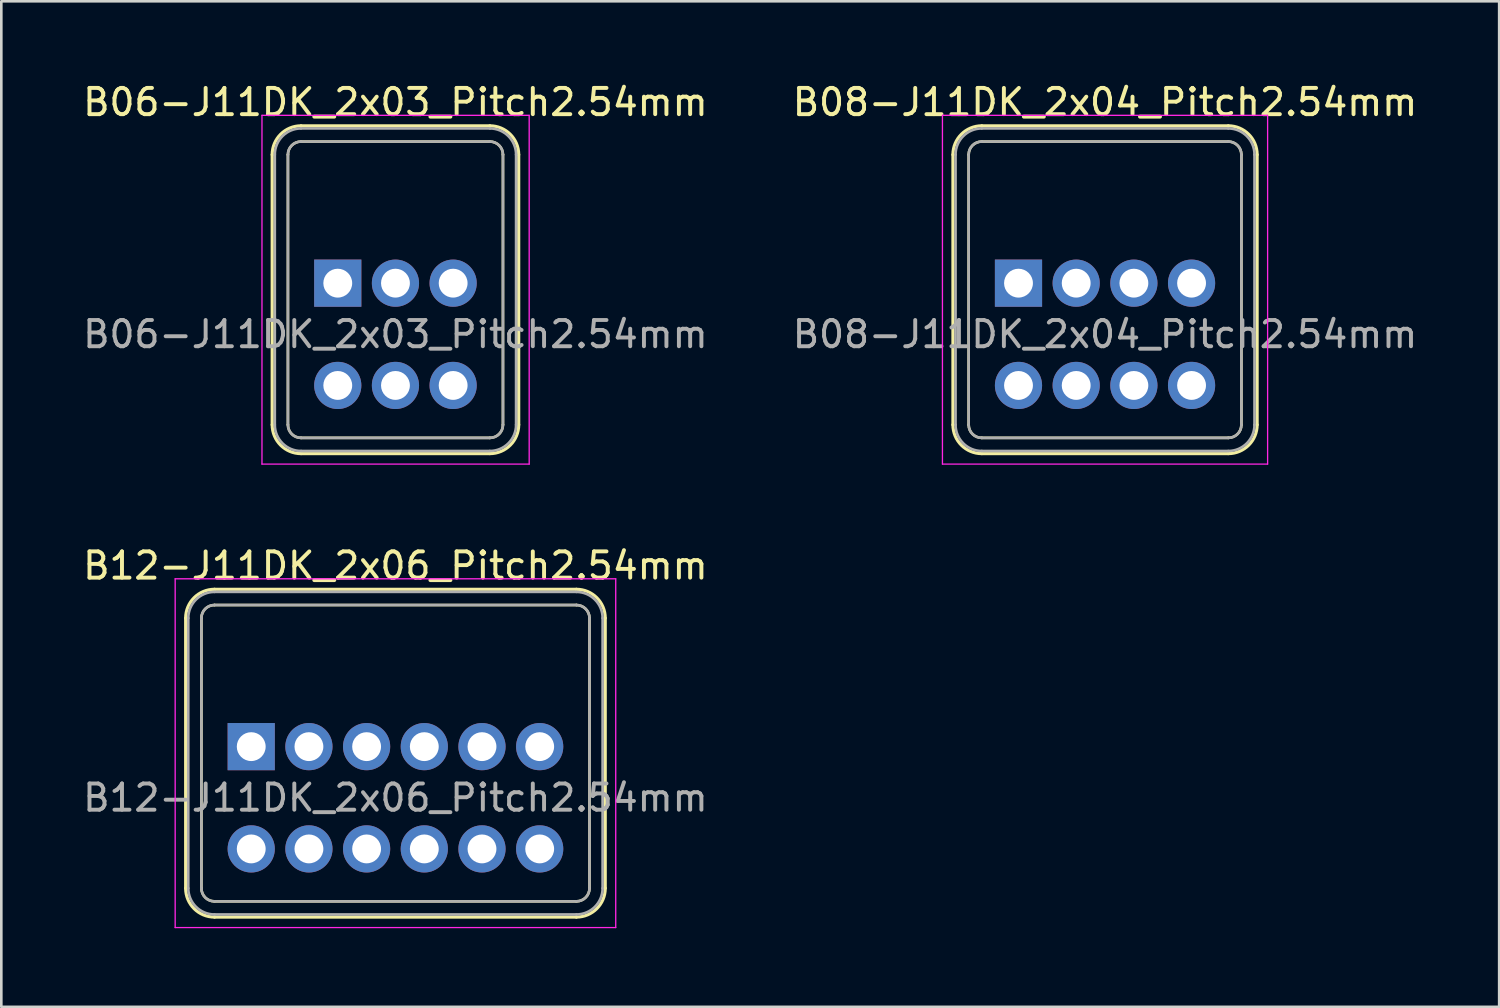
<source format=kicad_pcb>
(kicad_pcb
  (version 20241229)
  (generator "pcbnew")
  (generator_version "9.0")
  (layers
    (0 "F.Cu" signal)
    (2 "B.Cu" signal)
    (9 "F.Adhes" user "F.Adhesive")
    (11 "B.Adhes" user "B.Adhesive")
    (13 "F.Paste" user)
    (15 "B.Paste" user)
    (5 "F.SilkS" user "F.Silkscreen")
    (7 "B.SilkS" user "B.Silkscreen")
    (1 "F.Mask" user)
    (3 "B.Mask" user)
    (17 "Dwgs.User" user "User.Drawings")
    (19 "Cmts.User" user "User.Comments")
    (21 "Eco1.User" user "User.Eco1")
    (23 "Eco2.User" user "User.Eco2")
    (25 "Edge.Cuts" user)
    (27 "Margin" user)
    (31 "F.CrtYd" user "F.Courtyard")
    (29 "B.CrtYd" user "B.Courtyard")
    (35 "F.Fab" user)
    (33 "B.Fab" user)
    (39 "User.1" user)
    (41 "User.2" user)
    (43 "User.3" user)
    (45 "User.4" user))
  (footprint "B08-J11DK_2x04_Pitch2.54mm"
    (layer "F.Cu")
    (at 35.789 7.748)
    (property "Reference" "B08-J11DK_2x04_Pitch2.54mm" (at 3.3 -6.9 0) (layer "F.SilkS") (effects (font (size 1 1) (thickness 0.15))))
    (attr through_hole)
    (fp_line (start -2.5 -4.9) (end -2.5 5.4) (stroke (width 0.12) (type solid)) (layer "F.SilkS"))
    (fp_line (start -1.9 -4.9) (end -1.9 5.4) (stroke (width 0.1) (type solid)) (layer "F.SilkS"))
    (fp_line (start -1.4 -6) (end 8 -6) (stroke (width 0.12) (type solid)) (layer "F.SilkS"))
    (fp_line (start -1.4 -5.4) (end 8 -5.4) (stroke (width 0.1) (type solid)) (layer "F.SilkS"))
    (fp_line (start -1.4 5.9) (end 8 5.9) (stroke (width 0.1) (type solid)) (layer "F.SilkS"))
    (fp_line (start -1.4 6.5) (end 8 6.5) (stroke (width 0.12) (type solid)) (layer "F.SilkS"))
    (fp_line (start 8.5 -4.9) (end 8.5 5.4) (stroke (width 0.1) (type solid)) (layer "F.SilkS"))
    (fp_line (start 9.1 -4.9) (end 9.1 5.4) (stroke (width 0.12) (type solid)) (layer "F.SilkS"))
    (fp_arc (start -2.5 -4.9) (mid -2.177817 -5.677817) (end -1.4 -6) (stroke (width 0.12) (type solid)) (layer "F.SilkS"))
    (fp_arc (start -1.9 -4.9) (mid -1.753553 -5.253553) (end -1.4 -5.4) (stroke (width 0.1) (type solid)) (layer "F.SilkS"))
    (fp_arc (start -1.4 5.9) (mid -1.753553 5.753553) (end -1.9 5.4) (stroke (width 0.1) (type solid)) (layer "F.SilkS"))
    (fp_arc (start -1.4 6.5) (mid -2.177817 6.177817) (end -2.5 5.4) (stroke (width 0.12) (type solid)) (layer "F.SilkS"))
    (fp_arc (start 8 -6) (mid 8.777817 -5.677817) (end 9.1 -4.9) (stroke (width 0.12) (type solid)) (layer "F.SilkS"))
    (fp_arc (start 8 -5.4) (mid 8.353553 -5.253553) (end 8.5 -4.9) (stroke (width 0.1) (type solid)) (layer "F.SilkS"))
    (fp_arc (start 8.5 5.4) (mid 8.353553 5.753553) (end 8 5.9) (stroke (width 0.1) (type solid)) (layer "F.SilkS"))
    (fp_arc (start 9.1 5.4) (mid 8.777817 6.177817) (end 8 6.5) (stroke (width 0.12) (type solid)) (layer "F.SilkS"))
    (fp_line (start -2.9 -6.4) (end -2.9 6.9) (stroke (width 0.05) (type solid)) (layer "F.CrtYd"))
    (fp_line (start -2.9 6.9) (end 9.5 6.9) (stroke (width 0.05) (type solid)) (layer "F.CrtYd"))
    (fp_line (start 9.5 -6.4) (end -2.9 -6.4) (stroke (width 0.05) (type solid)) (layer "F.CrtYd"))
    (fp_line (start 9.5 6.9) (end 9.5 -6.4) (stroke (width 0.05) (type solid)) (layer "F.CrtYd"))
    (fp_line (start -2.4 -4.9) (end -2.4 5.4) (stroke (width 0.1) (type solid)) (layer "F.Fab"))
    (fp_line (start -1.9 -4.9) (end -1.9 5.4) (stroke (width 0.1) (type solid)) (layer "F.Fab"))
    (fp_line (start -1.4 -5.9) (end 8 -5.9) (stroke (width 0.1) (type solid)) (layer "F.Fab"))
    (fp_line (start -1.4 -5.4) (end 8 -5.4) (stroke (width 0.1) (type solid)) (layer "F.Fab"))
    (fp_line (start -1.4 5.9) (end 8 5.9) (stroke (width 0.1) (type solid)) (layer "F.Fab"))
    (fp_line (start -1.4 6.4) (end 8 6.4) (stroke (width 0.1) (type solid)) (layer "F.Fab"))
    (fp_line (start 8.5 -4.9) (end 8.5 5.4) (stroke (width 0.1) (type solid)) (layer "F.Fab"))
    (fp_line (start 9 -4.9) (end 9 5.4) (stroke (width 0.1) (type solid)) (layer "F.Fab"))
    (fp_arc (start -2.4 -4.9) (mid -2.107107 -5.607107) (end -1.4 -5.9) (stroke (width 0.1) (type solid)) (layer "F.Fab"))
    (fp_arc (start -1.9 -4.9) (mid -1.753553 -5.253553) (end -1.4 -5.4) (stroke (width 0.1) (type solid)) (layer "F.Fab"))
    (fp_arc (start -1.4 5.9) (mid -1.753553 5.753553) (end -1.9 5.4) (stroke (width 0.1) (type solid)) (layer "F.Fab"))
    (fp_arc (start -1.4 6.4) (mid -2.107107 6.107107) (end -2.4 5.4) (stroke (width 0.1) (type solid)) (layer "F.Fab"))
    (fp_arc (start 8 -5.9) (mid 8.707107 -5.607107) (end 9 -4.9) (stroke (width 0.1) (type solid)) (layer "F.Fab"))
    (fp_arc (start 8 -5.4) (mid 8.353553 -5.253553) (end 8.5 -4.9) (stroke (width 0.1) (type solid)) (layer "F.Fab"))
    (fp_arc (start 8.5 5.4) (mid 8.353553 5.753553) (end 8 5.9) (stroke (width 0.1) (type solid)) (layer "F.Fab"))
    (fp_arc (start 9 5.4) (mid 8.707107 6.107107) (end 8 6.4) (stroke (width 0.1) (type solid)) (layer "F.Fab"))
    (fp_text user "${REFERENCE}" (at 3.3 1.95 0) (layer "F.Fab") (effects (font (size 1 1) (thickness 0.15))))
    (pad "1" thru_hole rect (at 0 0) (size 1.8 1.8) (drill 1.1) (layers "*.Cu" "*.Mask"))
    (pad "2" thru_hole circle (at 0 3.9) (size 1.8 1.8) (drill 1.1) (layers "*.Cu" "*.Mask"))
    (pad "3" thru_hole circle (at 2.2 0) (size 1.8 1.8) (drill 1.1) (layers "*.Cu" "*.Mask"))
    (pad "4" thru_hole circle (at 2.2 3.9) (size 1.8 1.8) (drill 1.1) (layers "*.Cu" "*.Mask"))
    (pad "5" thru_hole circle (at 4.4 0) (size 1.8 1.8) (drill 1.1) (layers "*.Cu" "*.Mask"))
    (pad "6" thru_hole circle (at 4.4 3.9) (size 1.8 1.8) (drill 1.1) (layers "*.Cu" "*.Mask"))
    (pad "7" thru_hole circle (at 6.6 0) (size 1.8 1.8) (drill 1.1) (layers "*.Cu" "*.Mask"))
    (pad "8" thru_hole circle (at 6.6 3.9) (size 1.8 1.8) (drill 1.1) (layers "*.Cu" "*.Mask")))
  (footprint "B06-J11DK_2x03_Pitch2.54mm"
    (layer "F.Cu")
    (at 9.83 7.748)
    (property "Reference" "B06-J11DK_2x03_Pitch2.54mm" (at 2.2 -6.9 0) (layer "F.SilkS") (effects (font (size 1 1) (thickness 0.15))))
    (attr through_hole)
    (fp_line (start -2.5 -4.9) (end -2.5 5.4) (stroke (width 0.12) (type solid)) (layer "F.SilkS"))
    (fp_line (start -1.9 -4.9) (end -1.9 5.4) (stroke (width 0.1) (type solid)) (layer "F.SilkS"))
    (fp_line (start -1.4 -6) (end 5.8 -6) (stroke (width 0.12) (type solid)) (layer "F.SilkS"))
    (fp_line (start -1.4 -5.4) (end 5.8 -5.4) (stroke (width 0.1) (type solid)) (layer "F.SilkS"))
    (fp_line (start -1.4 5.9) (end 5.8 5.9) (stroke (width 0.1) (type solid)) (layer "F.SilkS"))
    (fp_line (start -1.4 6.5) (end 5.8 6.5) (stroke (width 0.12) (type solid)) (layer "F.SilkS"))
    (fp_line (start 6.3 -4.9) (end 6.3 5.4) (stroke (width 0.1) (type solid)) (layer "F.SilkS"))
    (fp_line (start 6.9 -4.9) (end 6.9 5.4) (stroke (width 0.12) (type solid)) (layer "F.SilkS"))
    (fp_arc (start -2.5 -4.9) (mid -2.177817 -5.677817) (end -1.4 -6) (stroke (width 0.12) (type solid)) (layer "F.SilkS"))
    (fp_arc (start -1.9 -4.9) (mid -1.753553 -5.253553) (end -1.4 -5.4) (stroke (width 0.1) (type solid)) (layer "F.SilkS"))
    (fp_arc (start -1.4 5.9) (mid -1.753553 5.753553) (end -1.9 5.4) (stroke (width 0.1) (type solid)) (layer "F.SilkS"))
    (fp_arc (start -1.4 6.5) (mid -2.177817 6.177817) (end -2.5 5.4) (stroke (width 0.12) (type solid)) (layer "F.SilkS"))
    (fp_arc (start 5.8 -6) (mid 6.577817 -5.677817) (end 6.9 -4.9) (stroke (width 0.12) (type solid)) (layer "F.SilkS"))
    (fp_arc (start 5.8 -5.4) (mid 6.153553 -5.253553) (end 6.3 -4.9) (stroke (width 0.1) (type solid)) (layer "F.SilkS"))
    (fp_arc (start 6.3 5.4) (mid 6.153553 5.753553) (end 5.8 5.9) (stroke (width 0.1) (type solid)) (layer "F.SilkS"))
    (fp_arc (start 6.9 5.4) (mid 6.577817 6.177817) (end 5.8 6.5) (stroke (width 0.12) (type solid)) (layer "F.SilkS"))
    (fp_line (start -2.89 -6.4) (end -2.89 6.9) (stroke (width 0.05) (type solid)) (layer "F.CrtYd"))
    (fp_line (start -2.89 6.9) (end 7.3 6.9) (stroke (width 0.05) (type solid)) (layer "F.CrtYd"))
    (fp_line (start 7.3 -6.4) (end -2.89 -6.4) (stroke (width 0.05) (type solid)) (layer "F.CrtYd"))
    (fp_line (start 7.3 6.9) (end 7.3 -6.4) (stroke (width 0.05) (type solid)) (layer "F.CrtYd"))
    (fp_line (start -2.4 -4.9) (end -2.4 5.4) (stroke (width 0.1) (type solid)) (layer "F.Fab"))
    (fp_line (start -1.9 -4.9) (end -1.9 5.4) (stroke (width 0.1) (type solid)) (layer "F.Fab"))
    (fp_line (start -1.4 -5.9) (end 5.8 -5.9) (stroke (width 0.1) (type solid)) (layer "F.Fab"))
    (fp_line (start -1.4 -5.4) (end 5.8 -5.4) (stroke (width 0.1) (type solid)) (layer "F.Fab"))
    (fp_line (start -1.4 5.9) (end 5.8 5.9) (stroke (width 0.1) (type solid)) (layer "F.Fab"))
    (fp_line (start -1.4 6.4) (end 5.8 6.4) (stroke (width 0.1) (type solid)) (layer "F.Fab"))
    (fp_line (start 6.3 -4.9) (end 6.3 5.4) (stroke (width 0.1) (type solid)) (layer "F.Fab"))
    (fp_line (start 6.8 -4.9) (end 6.8 5.4) (stroke (width 0.1) (type solid)) (layer "F.Fab"))
    (fp_arc (start -2.4 -4.9) (mid -2.107107 -5.607107) (end -1.4 -5.9) (stroke (width 0.1) (type solid)) (layer "F.Fab"))
    (fp_arc (start -1.9 -4.9) (mid -1.753553 -5.253553) (end -1.4 -5.4) (stroke (width 0.1) (type solid)) (layer "F.Fab"))
    (fp_arc (start -1.4 5.9) (mid -1.753553 5.753553) (end -1.9 5.4) (stroke (width 0.1) (type solid)) (layer "F.Fab"))
    (fp_arc (start -1.4 6.4) (mid -2.107107 6.107107) (end -2.4 5.4) (stroke (width 0.1) (type solid)) (layer "F.Fab"))
    (fp_arc (start 5.8 -5.9) (mid 6.507107 -5.607107) (end 6.8 -4.9) (stroke (width 0.1) (type solid)) (layer "F.Fab"))
    (fp_arc (start 5.8 -5.4) (mid 6.153553 -5.253553) (end 6.3 -4.9) (stroke (width 0.1) (type solid)) (layer "F.Fab"))
    (fp_arc (start 6.3 5.4) (mid 6.153553 5.753553) (end 5.8 5.9) (stroke (width 0.1) (type solid)) (layer "F.Fab"))
    (fp_arc (start 6.8 5.4) (mid 6.507107 6.107107) (end 5.8 6.4) (stroke (width 0.1) (type solid)) (layer "F.Fab"))
    (fp_text user "${REFERENCE}" (at 2.2 1.95 0) (layer "F.Fab") (effects (font (size 1 1) (thickness 0.15))))
    (pad "1" thru_hole rect (at 0 0) (size 1.8 1.8) (drill 1.1) (layers "*.Cu" "*.Mask"))
    (pad "2" thru_hole circle (at 0 3.9) (size 1.8 1.8) (drill 1.1) (layers "*.Cu" "*.Mask"))
    (pad "3" thru_hole circle (at 2.2 0) (size 1.8 1.8) (drill 1.1) (layers "*.Cu" "*.Mask"))
    (pad "4" thru_hole circle (at 2.2 3.9) (size 1.8 1.8) (drill 1.1) (layers "*.Cu" "*.Mask"))
    (pad "5" thru_hole circle (at 4.4 0) (size 1.8 1.8) (drill 1.1) (layers "*.Cu" "*.Mask"))
    (pad "6" thru_hole circle (at 4.4 3.9) (size 1.8 1.8) (drill 1.1) (layers "*.Cu" "*.Mask")))
  (footprint "B12-J11DK_2x06_Pitch2.54mm"
    (layer "F.Cu")
    (at 6.53 25.422)
    (property "Reference" "B12-J11DK_2x06_Pitch2.54mm" (at 5.5 -6.9 0) (layer "F.SilkS") (effects (font (size 1 1) (thickness 0.15))))
    (attr through_hole)
    (fp_line (start -2.5 -4.9) (end -2.5 5.4) (stroke (width 0.12) (type solid)) (layer "F.SilkS"))
    (fp_line (start -1.9 -4.9) (end -1.9 5.4) (stroke (width 0.1) (type solid)) (layer "F.SilkS"))
    (fp_line (start -1.4 -6) (end 12.4 -6) (stroke (width 0.12) (type solid)) (layer "F.SilkS"))
    (fp_line (start -1.4 -5.4) (end 12.4 -5.4) (stroke (width 0.1) (type solid)) (layer "F.SilkS"))
    (fp_line (start -1.4 5.9) (end 12.4 5.9) (stroke (width 0.1) (type solid)) (layer "F.SilkS"))
    (fp_line (start -1.4 6.5) (end 12.4 6.5) (stroke (width 0.12) (type solid)) (layer "F.SilkS"))
    (fp_line (start 12.9 -4.9) (end 12.9 5.4) (stroke (width 0.1) (type solid)) (layer "F.SilkS"))
    (fp_line (start 13.5 -4.9) (end 13.5 5.4) (stroke (width 0.12) (type solid)) (layer "F.SilkS"))
    (fp_arc (start -2.5 -4.9) (mid -2.177817 -5.677817) (end -1.4 -6) (stroke (width 0.12) (type solid)) (layer "F.SilkS"))
    (fp_arc (start -1.9 -4.9) (mid -1.753553 -5.253553) (end -1.4 -5.4) (stroke (width 0.1) (type solid)) (layer "F.SilkS"))
    (fp_arc (start -1.4 5.9) (mid -1.753553 5.753553) (end -1.9 5.4) (stroke (width 0.1) (type solid)) (layer "F.SilkS"))
    (fp_arc (start -1.4 6.5) (mid -2.177817 6.177817) (end -2.5 5.4) (stroke (width 0.12) (type solid)) (layer "F.SilkS"))
    (fp_arc (start 12.4 -6) (mid 13.177817 -5.677817) (end 13.5 -4.9) (stroke (width 0.12) (type solid)) (layer "F.SilkS"))
    (fp_arc (start 12.4 -5.4) (mid 12.753553 -5.253553) (end 12.9 -4.9) (stroke (width 0.1) (type solid)) (layer "F.SilkS"))
    (fp_arc (start 12.9 5.4) (mid 12.753553 5.753553) (end 12.4 5.9) (stroke (width 0.1) (type solid)) (layer "F.SilkS"))
    (fp_arc (start 13.5 5.4) (mid 13.177817 6.177817) (end 12.4 6.5) (stroke (width 0.12) (type solid)) (layer "F.SilkS"))
    (fp_line (start -2.9 -6.4) (end -2.9 6.9) (stroke (width 0.05) (type solid)) (layer "F.CrtYd"))
    (fp_line (start -2.9 6.9) (end 13.9 6.9) (stroke (width 0.05) (type solid)) (layer "F.CrtYd"))
    (fp_line (start 13.9 -6.4) (end -2.9 -6.4) (stroke (width 0.05) (type solid)) (layer "F.CrtYd"))
    (fp_line (start 13.9 6.9) (end 13.9 -6.4) (stroke (width 0.05) (type solid)) (layer "F.CrtYd"))
    (fp_line (start -2.4 -4.9) (end -2.4 5.4) (stroke (width 0.1) (type solid)) (layer "F.Fab"))
    (fp_line (start -1.9 -4.9) (end -1.9 5.4) (stroke (width 0.1) (type solid)) (layer "F.Fab"))
    (fp_line (start -1.4 -5.9) (end 12.4 -5.9) (stroke (width 0.1) (type solid)) (layer "F.Fab"))
    (fp_line (start -1.4 -5.4) (end 12.4 -5.4) (stroke (width 0.1) (type solid)) (layer "F.Fab"))
    (fp_line (start -1.4 5.9) (end 12.4 5.9) (stroke (width 0.1) (type solid)) (layer "F.Fab"))
    (fp_line (start -1.4 6.4) (end 12.4 6.4) (stroke (width 0.1) (type solid)) (layer "F.Fab"))
    (fp_line (start 12.9 -4.9) (end 12.9 5.4) (stroke (width 0.1) (type solid)) (layer "F.Fab"))
    (fp_line (start 13.4 -4.9) (end 13.4 5.4) (stroke (width 0.1) (type solid)) (layer "F.Fab"))
    (fp_arc (start -2.4 -4.9) (mid -2.107107 -5.607107) (end -1.4 -5.9) (stroke (width 0.1) (type solid)) (layer "F.Fab"))
    (fp_arc (start -1.9 -4.9) (mid -1.753553 -5.253553) (end -1.4 -5.4) (stroke (width 0.1) (type solid)) (layer "F.Fab"))
    (fp_arc (start -1.4 5.9) (mid -1.753553 5.753553) (end -1.9 5.4) (stroke (width 0.1) (type solid)) (layer "F.Fab"))
    (fp_arc (start -1.4 6.4) (mid -2.107107 6.107107) (end -2.4 5.4) (stroke (width 0.1) (type solid)) (layer "F.Fab"))
    (fp_arc (start 12.4 -5.9) (mid 13.107107 -5.607107) (end 13.4 -4.9) (stroke (width 0.1) (type solid)) (layer "F.Fab"))
    (fp_arc (start 12.4 -5.4) (mid 12.753553 -5.253553) (end 12.9 -4.9) (stroke (width 0.1) (type solid)) (layer "F.Fab"))
    (fp_arc (start 12.9 5.4) (mid 12.753553 5.753553) (end 12.4 5.9) (stroke (width 0.1) (type solid)) (layer "F.Fab"))
    (fp_arc (start 13.4 5.4) (mid 13.107107 6.107107) (end 12.4 6.4) (stroke (width 0.1) (type solid)) (layer "F.Fab"))
    (fp_text user "${REFERENCE}" (at 5.5 1.95 0) (layer "F.Fab") (effects (font (size 1 1) (thickness 0.15))))
    (pad "1" thru_hole rect (at 0 0) (size 1.8 1.8) (drill 1.1) (layers "*.Cu" "*.Mask"))
    (pad "2" thru_hole circle (at 0 3.9) (size 1.8 1.8) (drill 1.1) (layers "*.Cu" "*.Mask"))
    (pad "3" thru_hole circle (at 2.2 0) (size 1.8 1.8) (drill 1.1) (layers "*.Cu" "*.Mask"))
    (pad "4" thru_hole circle (at 2.2 3.9) (size 1.8 1.8) (drill 1.1) (layers "*.Cu" "*.Mask"))
    (pad "5" thru_hole circle (at 4.4 0) (size 1.8 1.8) (drill 1.1) (layers "*.Cu" "*.Mask"))
    (pad "6" thru_hole circle (at 4.4 3.9) (size 1.8 1.8) (drill 1.1) (layers "*.Cu" "*.Mask"))
    (pad "7" thru_hole circle (at 6.6 0) (size 1.8 1.8) (drill 1.1) (layers "*.Cu" "*.Mask"))
    (pad "8" thru_hole circle (at 6.6 3.9) (size 1.8 1.8) (drill 1.1) (layers "*.Cu" "*.Mask"))
    (pad "9" thru_hole circle (at 8.8 0) (size 1.8 1.8) (drill 1.1) (layers "*.Cu" "*.Mask"))
    (pad "10" thru_hole circle (at 8.8 3.9) (size 1.8 1.8) (drill 1.1) (layers "*.Cu" "*.Mask"))
    (pad "11" thru_hole circle (at 11 0) (size 1.8 1.8) (drill 1.1) (layers "*.Cu" "*.Mask"))
    (pad "12" thru_hole circle (at 11 3.9) (size 1.8 1.8) (drill 1.1) (layers "*.Cu" "*.Mask")))
  (gr_rect
    (start -3 -3)
    (end 54.119 35.346)
    (stroke (width 0.1) (type default))
    (fill no)
    (layer "Edge.Cuts")))
</source>
